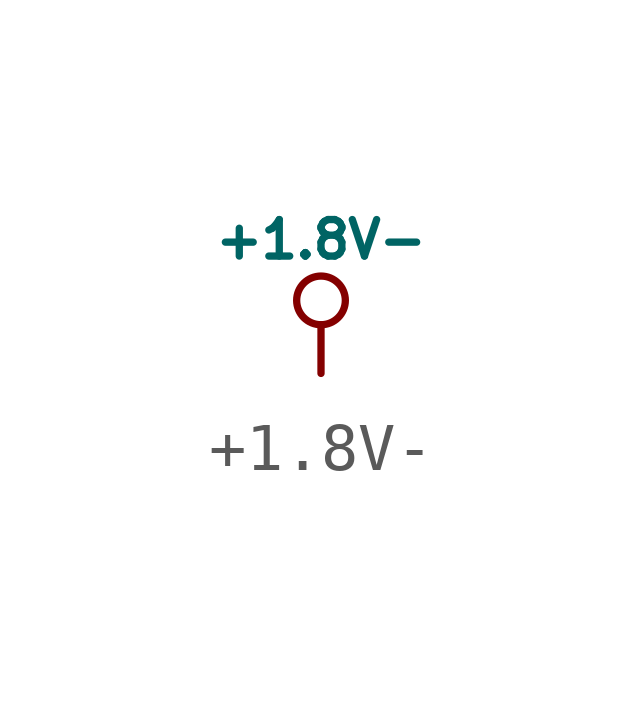
<source format=kicad_sym>
(kicad_symbol_lib
  (version 20231120)
  (generator "kicad_symbol_editor")
  (generator_version "8.0")
  (symbol "+1.8V-"
    (power)
    (pin_names
      (offset 0))
    (property "Reference" "#PWR"
      (at 0 3.556 0)
      (effects (font (size 0.508 0.508)) (hide yes)))
    (property "Value" "+1.8V-"
      (at 0 2.794 0)
      (effects (font (size 0.762 0.762))))
    (symbol "+1.8V-_0_0"
      (polyline (pts (xy 0 0) (xy 0 1.016) (xy 0 1.016)) (stroke (width 0) (type solid)) (fill (type none)))
      (pin power_in line (at 0 0 90) (length 0) hide (name "+1.8V" (effects (font (size 0.508 0.508)))) (number "1" (effects (font (size 0.508 0.508))))))
    (symbol "+1.8V-_0_1"
      (circle (center 0 1.524) (radius 0.508) (stroke (width 0) (type solid)) (fill (type none))))))
</source>
